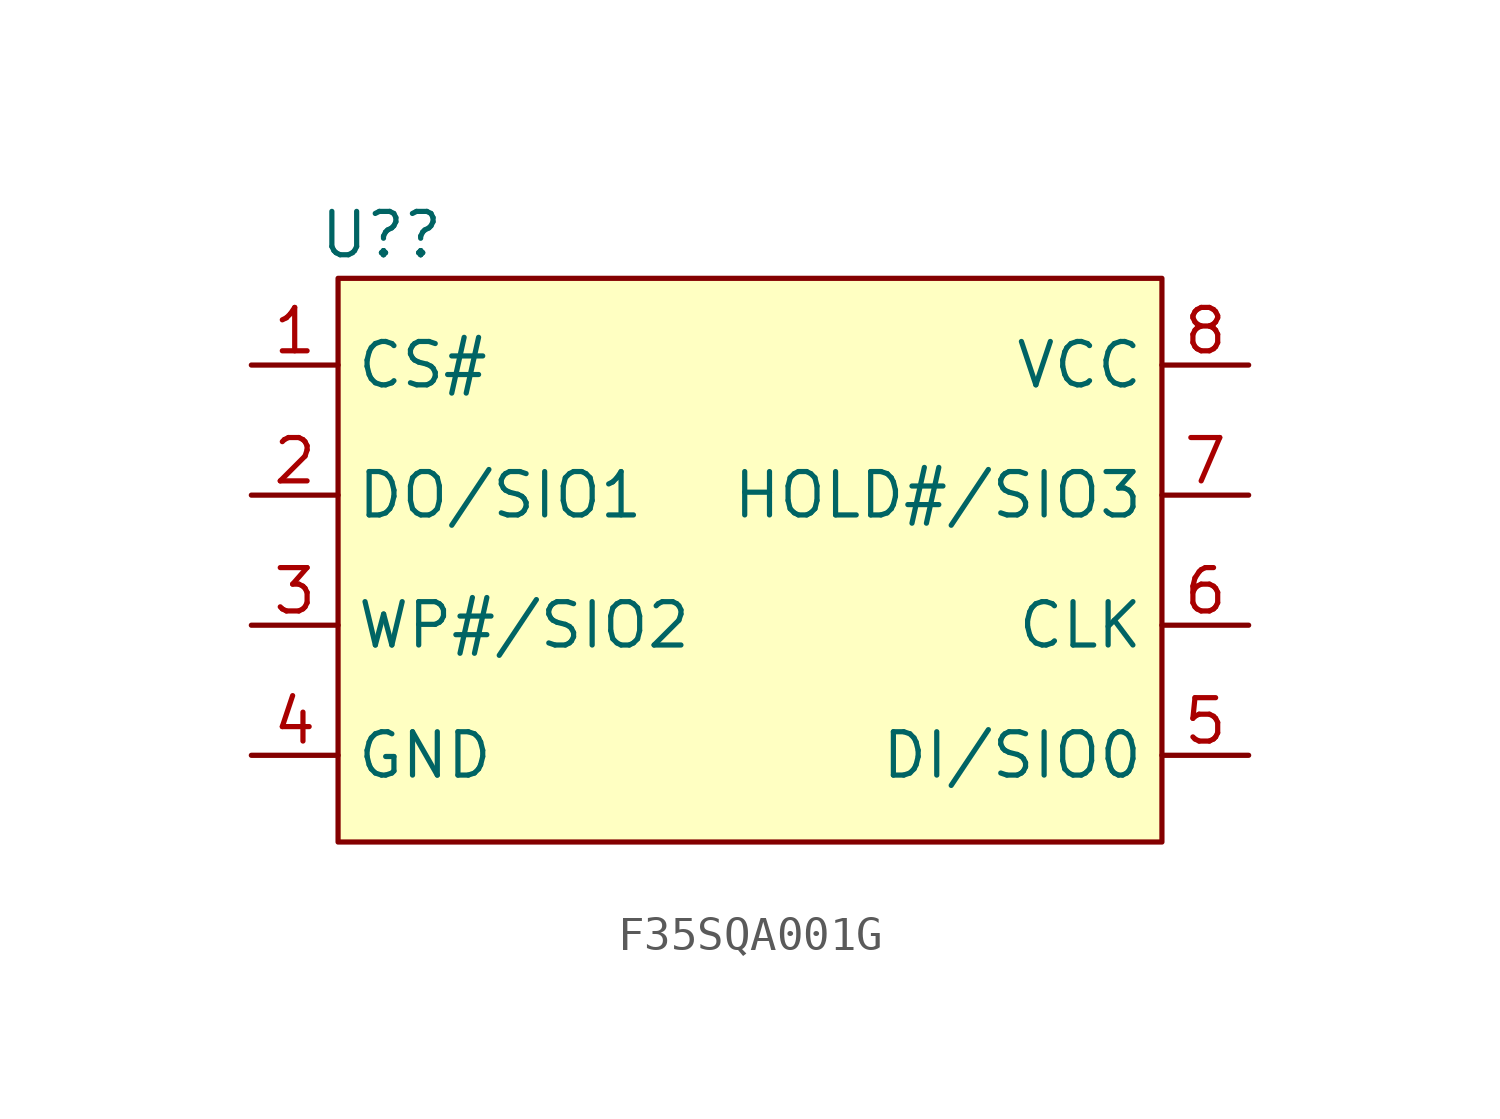
<source format=kicad_sym>
(kicad_symbol_lib
  (version 20220914)
  (generator kicad_symbol_editor)
  (symbol "F35SQA001G"
    (property "Reference" "U?"
      (at -11.43 7.62 0)
      (effects (font (size 1.27 1.27))))
    (property "Value" ""
      (at -8.89 0 0)
      (effects (font (size 1.27 1.27))))
    (symbol "F35SQA001G_1_1"
      (rectangle (start -12.7 6.35) (end 11.43 -10.16) (stroke (width 0) (type default)) (fill (type background)))
      (pin input line (at -15.24 3.81 0) (length 2.54) (name "CS#" (effects (font (size 1.27 1.27)))) (number "1" (effects (font (size 1.27 1.27)))))
      (pin input line (at -15.24 0 0) (length 2.54) (name "DO/SIO1" (effects (font (size 1.27 1.27)))) (number "2" (effects (font (size 1.27 1.27)))))
      (pin input line (at -15.24 -3.81 0) (length 2.54) (name "WP#/SIO2" (effects (font (size 1.27 1.27)))) (number "3" (effects (font (size 1.27 1.27)))))
      (pin input line (at -15.24 -7.62 0) (length 2.54) (name "GND" (effects (font (size 1.27 1.27)))) (number "4" (effects (font (size 1.27 1.27)))))
      (pin input line (at 13.97 -7.62 180) (length 2.54) (name "DI/SIO0" (effects (font (size 1.27 1.27)))) (number "5" (effects (font (size 1.27 1.27)))))
      (pin input line (at 13.97 -3.81 180) (length 2.54) (name "CLK" (effects (font (size 1.27 1.27)))) (number "6" (effects (font (size 1.27 1.27)))))
      (pin input line (at 13.97 0 180) (length 2.54) (name "HOLD#/SIO3" (effects (font (size 1.27 1.27)))) (number "7" (effects (font (size 1.27 1.27)))))
      (pin input line (at 13.97 3.81 180) (length 2.54) (name "VCC" (effects (font (size 1.27 1.27)))) (number "8" (effects (font (size 1.27 1.27))))))))
</source>
